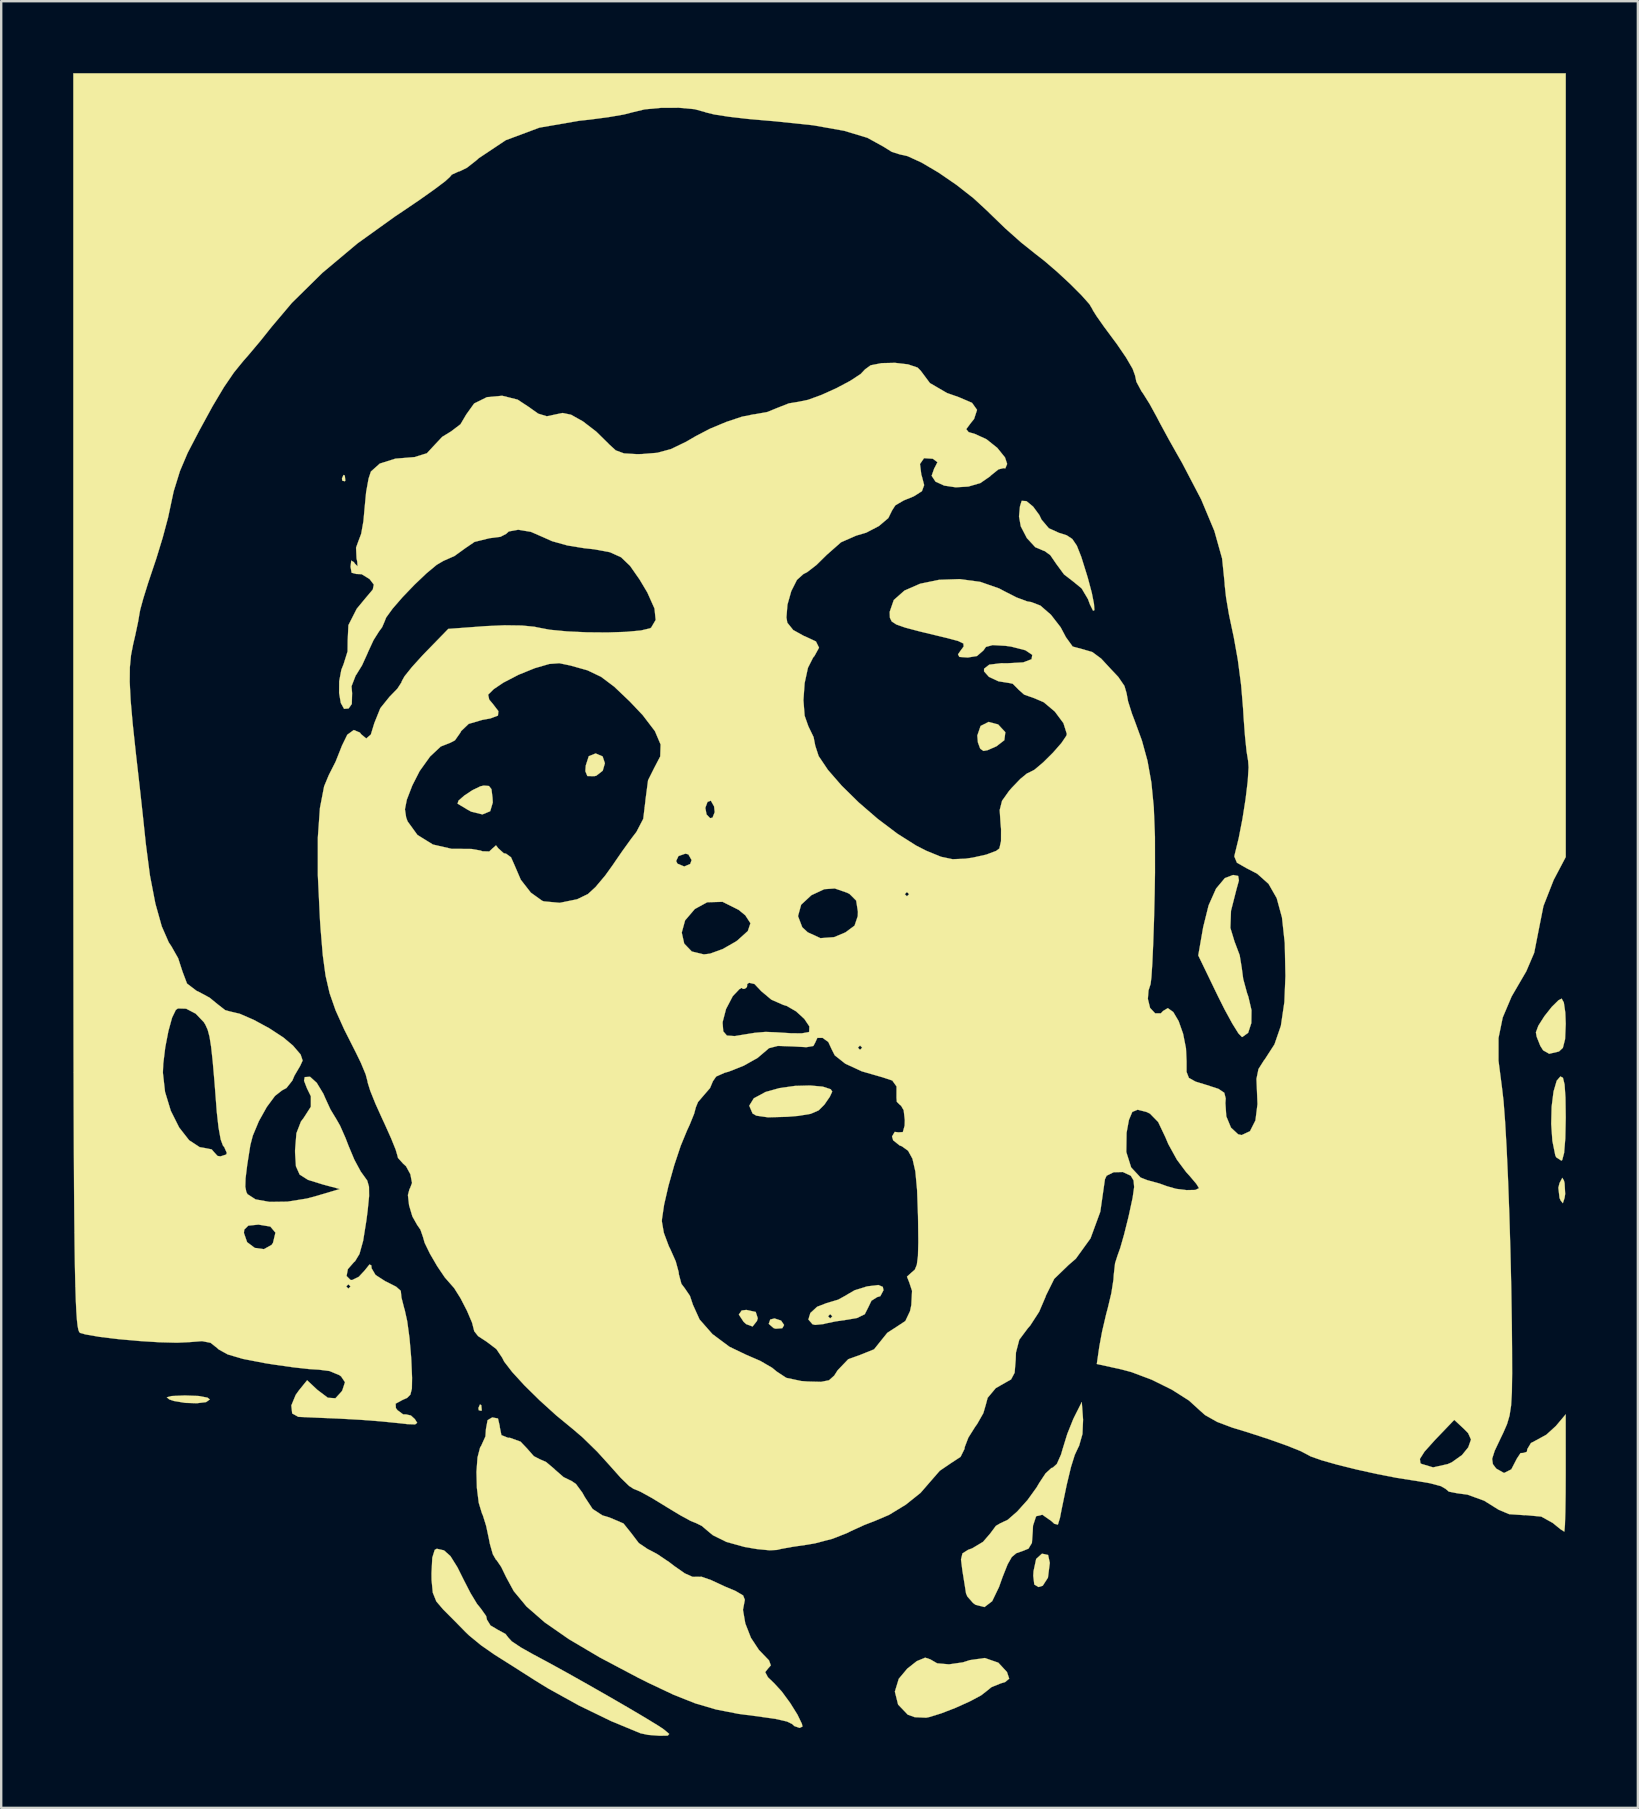
<source format=kicad_pcb>
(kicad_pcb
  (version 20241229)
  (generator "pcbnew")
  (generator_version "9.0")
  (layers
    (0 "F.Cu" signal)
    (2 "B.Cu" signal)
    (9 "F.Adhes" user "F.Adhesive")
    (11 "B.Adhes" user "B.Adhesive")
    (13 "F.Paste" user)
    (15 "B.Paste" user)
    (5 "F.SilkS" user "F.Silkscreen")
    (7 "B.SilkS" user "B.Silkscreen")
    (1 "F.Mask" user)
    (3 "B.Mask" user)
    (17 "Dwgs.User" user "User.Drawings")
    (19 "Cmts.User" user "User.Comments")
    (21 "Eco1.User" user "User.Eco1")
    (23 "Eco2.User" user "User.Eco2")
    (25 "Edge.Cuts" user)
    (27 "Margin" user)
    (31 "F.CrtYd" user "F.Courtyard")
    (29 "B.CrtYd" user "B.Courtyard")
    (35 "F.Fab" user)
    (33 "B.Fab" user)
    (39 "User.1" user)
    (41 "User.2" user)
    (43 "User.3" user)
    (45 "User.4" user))
  (footprint "dhruvnegative"
    (layer "F.Cu")
    (at 31.089 37.306)
    (property "Reference" "dhruvnegative" (at 0 0 0) (layer "F.SilkS") (effects (font (size 1.524 1.524) (thickness 0.3))))
    (attr through_hole)
    (fp_poly (pts (xy -19.775 -20.545) (xy -19.754 -20.334) (xy -19.775 -20.308) (xy -19.881 -20.333) (xy -19.894 -20.427) (xy -19.829 -20.573) (xy -19.775 -20.545)) (stroke (width 0.01) (type solid)) (fill yes) (layer "F.SilkS"))
    (fp_poly (pts (xy -14.091 18.177) (xy -14.07 18.387) (xy -14.091 18.414) (xy -14.197 18.389) (xy -14.21 18.295) (xy -14.145 18.149) (xy -14.091 18.177)) (stroke (width 0.01) (type solid)) (fill yes) (layer "F.SilkS"))
    (fp_poly (pts (xy -1.602 14.655) (xy -1.476 14.839) (xy -1.551 14.973) (xy -1.826 14.993) (xy -1.909 14.97) (xy -2.116 14.792) (xy -2.053 14.611) (xy -1.876 14.565) (xy -1.602 14.655)) (stroke (width 0.01) (type solid)) (fill yes) (layer "F.SilkS"))
    (fp_poly (pts (xy -2.658 14.295) (xy -2.573 14.557) (xy -2.607 14.671) (xy -2.789 14.902) (xy -3.057 14.802) (xy -3.162 14.707) (xy -3.362 14.404) (xy -3.244 14.235) (xy -3.049 14.21) (xy -2.658 14.295)) (stroke (width 0.01) (type solid)) (fill yes) (layer "F.SilkS"))
    (fp_poly (pts (xy 31.009 8.82) (xy 31.036 8.926) (xy 31.061 9.379) (xy 31.036 9.547) (xy 30.964 9.765) (xy 30.873 9.653) (xy 30.826 9.547) (xy 30.777 9.122) (xy 30.826 8.926) (xy 30.941 8.708) (xy 31.009 8.82)) (stroke (width 0.01) (type solid)) (fill yes) (layer "F.SilkS"))
    (fp_poly (pts (xy -9.036 -8.846) (xy -8.941 -8.562) (xy -9.032 -8.25) (xy -9.3 -8.042) (xy -9.383 -8.023) (xy -9.672 -8.029) (xy -9.755 -8.23) (xy -9.738 -8.467) (xy -9.613 -8.855) (xy -9.327 -8.97) (xy -9.325 -8.97) (xy -9.036 -8.846)) (stroke (width 0.01) (type solid)) (fill yes) (layer "F.SilkS"))
    (fp_poly (pts (xy -25.864 17.796) (xy -25.496 17.865) (xy -25.4 17.94) (xy -25.554 18.051) (xy -25.936 18.098) (xy -26.423 18.083) (xy -26.892 18.005) (xy -27.087 17.94) (xy -27.192 17.851) (xy -26.989 17.798) (xy -26.454 17.775) (xy -26.421 17.775) (xy -25.864 17.796)) (stroke (width 0.01) (type solid)) (fill yes) (layer "F.SilkS"))
    (fp_poly (pts (xy 7.44 -10.178) (xy 7.74 -9.854) (xy 7.698 -9.521) (xy 7.37 -9.268) (xy 7.004 -9.107) (xy 6.83 -9.074) (xy 6.716 -9.152) (xy 6.69 -9.177) (xy 6.597 -9.431) (xy 6.572 -9.716) (xy 6.709 -10.115) (xy 7.044 -10.284) (xy 7.44 -10.178)) (stroke (width 0.01) (type solid)) (fill yes) (layer "F.SilkS"))
    (fp_poly (pts (xy 9.521 24.42) (xy 9.592 24.747) (xy 9.592 24.751) (xy 9.515 25.364) (xy 9.298 25.701) (xy 9.118 25.755) (xy 8.946 25.649) (xy 8.903 25.286) (xy 8.915 25.091) (xy 9.024 24.584) (xy 9.255 24.373) (xy 9.281 24.367) (xy 9.521 24.42)) (stroke (width 0.01) (type solid)) (fill yes) (layer "F.SilkS"))
    (fp_poly (pts (xy -13.77 -7.614) (xy -13.666 -7.481) (xy -13.623 -7.132) (xy -13.611 -6.927) (xy -13.719 -6.564) (xy -14.042 -6.43) (xy -14.51 -6.545) (xy -14.654 -6.623) (xy -14.959 -6.807) (xy -15.079 -6.878) (xy -15.04 -7.005) (xy -14.795 -7.218) (xy -14.455 -7.442) (xy -14.129 -7.6) (xy -13.988 -7.632) (xy -13.77 -7.614)) (stroke (width 0.01) (type solid)) (fill yes) (layer "F.SilkS"))
    (fp_poly (pts (xy 30.968 4.54) (xy 31.036 4.82) (xy 31.073 5.367) (xy 31.084 6.202) (xy 31.066 7.067) (xy 31.017 7.667) (xy 30.938 7.966) (xy 30.901 7.993) (xy 30.687 7.852) (xy 30.649 7.771) (xy 30.528 7.169) (xy 30.479 6.463) (xy 30.497 5.747) (xy 30.576 5.115) (xy 30.709 4.661) (xy 30.862 4.485) (xy 30.968 4.54)) (stroke (width 0.01) (type solid)) (fill yes) (layer "F.SilkS"))
    (fp_poly (pts (xy 31.005 1.405) (xy 31.066 1.823) (xy 31.084 2.29) (xy 31.057 2.932) (xy 30.965 3.294) (xy 30.803 3.445) (xy 30.395 3.541) (xy 30.142 3.396) (xy 30.024 3.209) (xy 29.874 2.834) (xy 29.841 2.648) (xy 29.944 2.37) (xy 30.195 1.976) (xy 30.505 1.584) (xy 30.787 1.307) (xy 30.915 1.243) (xy 31.005 1.405)) (stroke (width 0.01) (type solid)) (fill yes) (layer "F.SilkS"))
    (fp_poly (pts (xy 0.136 4.91) (xy 0.466 5.018) (xy 0.529 5.115) (xy 0.428 5.332) (xy 0.201 5.661) (xy -0.037 5.898) (xy -0.368 6.042) (xy -0.892 6.129) (xy -1.349 6.166) (xy -2.147 6.188) (xy -2.632 6.119) (xy -2.789 6.029) (xy -2.928 5.705) (xy -2.74 5.397) (xy -2.25 5.132) (xy -1.67 4.97) (xy -1.025 4.879) (xy -0.392 4.862) (xy 0.136 4.91)) (stroke (width 0.01) (type solid)) (fill yes) (layer "F.SilkS"))
    (fp_poly (pts (xy 4.613 28.767) (xy 4.899 28.932) (xy 5.394 28.975) (xy 5.971 28.892) (xy 6.261 28.799) (xy 6.884 28.711) (xy 7.448 28.906) (xy 7.808 29.295) (xy 7.901 29.571) (xy 7.729 29.715) (xy 7.551 29.767) (xy 7.16 29.926) (xy 6.969 30.082) (xy 6.729 30.268) (xy 6.26 30.518) (xy 5.671 30.784) (xy 5.07 31.017) (xy 4.566 31.172) (xy 4.441 31.197) (xy 3.966 31.176) (xy 3.676 31.072) (xy 3.273 30.651) (xy 3.138 30.111) (xy 3.3 29.578) (xy 3.653 29.155) (xy 4.05 28.842) (xy 4.401 28.696) (xy 4.613 28.767)) (stroke (width 0.01) (type solid)) (fill yes) (layer "F.SilkS"))
    (fp_poly (pts (xy 17.439 -3.867) (xy 17.47 -3.679) (xy 17.373 -3.33) (xy 17.14 -2.415) (xy 17.114 -1.704) (xy 17.293 -1.115) (xy 17.301 -1.098) (xy 17.502 -0.565) (xy 17.585 -0.059) (xy 17.649 0.424) (xy 17.809 1.012) (xy 17.861 1.156) (xy 17.994 1.723) (xy 17.987 2.262) (xy 17.854 2.669) (xy 17.613 2.841) (xy 17.595 2.842) (xy 17.45 2.692) (xy 17.196 2.285) (xy 16.871 1.689) (xy 16.597 1.142) (xy 15.776 -0.557) (xy 15.981 -1.732) (xy 16.207 -2.641) (xy 16.518 -3.34) (xy 16.885 -3.778) (xy 17.229 -3.908) (xy 17.439 -3.867)) (stroke (width 0.01) (type solid)) (fill yes) (layer "F.SilkS"))
    (fp_poly (pts (xy 2.636 13.251) (xy 2.664 13.391) (xy 2.532 13.639) (xy 2.401 13.677) (xy 2.162 13.828) (xy 2.032 14.099) (xy 1.885 14.39) (xy 1.564 14.547) (xy 1.185 14.613) (xy 0.653 14.692) (xy 0.245 14.777) (xy 0.178 14.798) (xy -0.182 14.835) (xy -0.292 14.809) (xy -0.465 14.61) (xy -0.424 14.476) (xy 0.355 14.476) (xy 0.444 14.565) (xy 0.533 14.476) (xy 0.444 14.387) (xy 0.355 14.476) (xy -0.424 14.476) (xy -0.382 14.338) (xy -0.1 14.079) (xy 0.295 13.926) (xy 0.779 13.783) (xy 1.124 13.592) (xy 1.138 13.58) (xy 1.462 13.392) (xy 1.949 13.24) (xy 2.017 13.226) (xy 2.451 13.173) (xy 2.636 13.251)) (stroke (width 0.01) (type solid)) (fill yes) (layer "F.SilkS"))
    (fp_poly (pts (xy 8.619 -19.481) (xy 8.897 -19.253) (xy 9.156 -18.902) (xy 9.248 -18.709) (xy 9.552 -18.351) (xy 9.97 -18.161) (xy 10.295 -18.058) (xy 10.53 -17.903) (xy 10.718 -17.626) (xy 10.904 -17.157) (xy 11.132 -16.427) (xy 11.18 -16.267) (xy 11.342 -15.659) (xy 11.432 -15.202) (xy 11.45 -14.939) (xy 11.394 -14.916) (xy 11.265 -15.176) (xy 11.182 -15.4) (xy 10.917 -15.846) (xy 10.568 -16.131) (xy 10.186 -16.426) (xy 9.864 -16.863) (xy 9.862 -16.866) (xy 9.611 -17.232) (xy 9.373 -17.405) (xy 9.352 -17.407) (xy 8.988 -17.561) (xy 8.636 -17.942) (xy 8.383 -18.431) (xy 8.31 -18.842) (xy 8.349 -19.26) (xy 8.42 -19.492) (xy 8.421 -19.493) (xy 8.619 -19.481)) (stroke (width 0.01) (type solid)) (fill yes) (layer "F.SilkS"))
    (fp_poly (pts (xy -15.644 24.227) (xy -15.376 24.465) (xy -15.083 24.933) (xy -14.832 25.437) (xy -14.54 26.005) (xy -14.268 26.455) (xy -14.104 26.658) (xy -13.888 26.962) (xy -13.855 27.114) (xy -13.706 27.355) (xy -13.41 27.531) (xy -13.081 27.709) (xy -12.966 27.859) (xy -12.821 28.017) (xy -12.44 28.272) (xy -11.945 28.55) (xy -11.299 28.896) (xy -10.507 29.332) (xy -9.638 29.821) (xy -8.757 30.324) (xy -7.932 30.802) (xy -7.229 31.218) (xy -6.716 31.532) (xy -6.483 31.688) (xy -6.261 31.875) (xy -6.321 31.944) (xy -6.661 31.95) (xy -7.139 31.914) (xy -7.46 31.846) (xy -8.683 31.339) (xy -10.019 30.69) (xy -11.304 29.979) (xy -11.857 29.639) (xy -12.516 29.218) (xy -13.195 28.788) (xy -13.544 28.568) (xy -14.099 28.181) (xy -14.6 27.77) (xy -14.743 27.633) (xy -15.192 27.175) (xy -15.662 26.704) (xy -15.675 26.691) (xy -15.963 26.354) (xy -16.11 25.99) (xy -16.161 25.461) (xy -16.164 25.183) (xy -16.131 24.53) (xy -16.03 24.206) (xy -15.942 24.159) (xy -15.644 24.227)) (stroke (width 0.01) (type solid)) (fill yes) (layer "F.SilkS"))
    (fp_poly (pts (xy 10.978 18.785) (xy 10.952 19.382) (xy 10.811 19.876) (xy 10.782 19.929) (xy 10.632 20.251) (xy 10.474 20.756) (xy 10.296 21.498) (xy 10.083 22.525) (xy 10.015 22.876) (xy 9.929 23.155) (xy 9.779 23.119) (xy 9.662 23.01) (xy 9.282 22.742) (xy 9.022 22.806) (xy 8.893 23.196) (xy 8.881 23.443) (xy 8.847 23.917) (xy 8.704 24.155) (xy 8.45 24.258) (xy 8.199 24.344) (xy 8.01 24.502) (xy 7.836 24.807) (xy 7.627 25.332) (xy 7.476 25.755) (xy 7.191 26.345) (xy 6.87 26.589) (xy 6.499 26.495) (xy 6.394 26.418) (xy 6.158 26.149) (xy 6.103 26.021) (xy 6.06 25.747) (xy 5.984 25.273) (xy 5.953 25.086) (xy 5.893 24.606) (xy 5.954 24.353) (xy 6.187 24.205) (xy 6.353 24.145) (xy 6.81 23.872) (xy 7.109 23.526) (xy 7.346 23.207) (xy 7.545 23.091) (xy 7.836 22.956) (xy 8.237 22.606) (xy 8.666 22.128) (xy 9.042 21.606) (xy 9.153 21.417) (xy 9.418 21.016) (xy 9.66 20.796) (xy 9.714 20.782) (xy 9.886 20.626) (xy 10.061 20.233) (xy 10.12 20.027) (xy 10.32 19.378) (xy 10.571 18.753) (xy 10.616 18.66) (xy 10.924 18.049) (xy 10.978 18.785)) (stroke (width 0.01) (type solid)) (fill yes) (layer "F.SilkS"))
    (fp_poly (pts (xy -13.395 18.733) (xy -13.322 19.046) (xy -13.322 19.081) (xy -13.252 19.427) (xy -12.979 19.536) (xy -12.898 19.538) (xy -12.454 19.698) (xy -12.183 19.983) (xy -11.904 20.301) (xy -11.661 20.427) (xy -11.39 20.547) (xy -11.043 20.839) (xy -11.013 20.871) (xy -10.665 21.174) (xy -10.381 21.314) (xy -10.364 21.315) (xy -10.148 21.46) (xy -9.879 21.825) (xy -9.779 22.006) (xy -9.452 22.504) (xy -9.042 22.77) (xy -8.754 22.856) (xy -8.167 23.106) (xy -7.845 23.507) (xy -7.53 23.922) (xy -7.17 24.166) (xy -6.766 24.378) (xy -6.258 24.72) (xy -6.043 24.885) (xy -5.615 25.184) (xy -5.284 25.332) (xy -5.18 25.329) (xy -4.913 25.326) (xy -4.512 25.467) (xy -4.501 25.473) (xy -3.951 25.729) (xy -3.498 25.919) (xy -3.183 26.105) (xy -3.11 26.29) (xy -3.113 26.295) (xy -3.19 26.705) (xy -3.092 27.271) (xy -2.858 27.869) (xy -2.526 28.373) (xy -2.431 28.471) (xy -2.104 28.812) (xy -2.029 29.018) (xy -2.143 29.147) (xy -2.263 29.299) (xy -2.149 29.513) (xy -1.883 29.769) (xy -1.569 30.112) (xy -1.223 30.584) (xy -0.92 31.069) (xy -0.735 31.452) (xy -0.71 31.566) (xy -0.829 31.623) (xy -1.048 31.547) (xy -1.142 31.46) (xy -1.358 31.356) (xy -1.817 31.251) (xy -2.262 31.186) (xy -3.381 31.037) (xy -4.315 30.854) (xy -5.177 30.6) (xy -6.079 30.242) (xy -7.133 29.744) (xy -7.549 29.536) (xy -9.149 28.69) (xy -10.439 27.928) (xy -11.448 27.227) (xy -12.205 26.567) (xy -12.739 25.923) (xy -13.049 25.353) (xy -13.261 24.916) (xy -13.449 24.639) (xy -13.481 24.612) (xy -13.61 24.387) (xy -13.735 23.945) (xy -13.771 23.756) (xy -13.888 23.206) (xy -14.025 22.766) (xy -14.062 22.687) (xy -14.196 22.246) (xy -14.273 21.629) (xy -14.291 20.958) (xy -14.247 20.355) (xy -14.14 19.943) (xy -14.097 19.877) (xy -13.917 19.479) (xy -13.896 19.173) (xy -13.827 18.801) (xy -13.633 18.689) (xy -13.395 18.733)) (stroke (width 0.01) (type solid)) (fill yes) (layer "F.SilkS"))
    (fp_poly (pts (xy 31.084 -4.654) (xy 30.58 -3.697) (xy 30.156 -2.616) (xy 29.961 -1.637) (xy 29.77 -0.665) (xy 29.438 0.112) (xy 29.424 0.134) (xy 28.831 1.152) (xy 28.459 2.03) (xy 28.284 2.882) (xy 28.283 3.826) (xy 28.431 4.973) (xy 28.494 5.519) (xy 28.558 6.366) (xy 28.621 7.463) (xy 28.68 8.757) (xy 28.733 10.194) (xy 28.779 11.721) (xy 28.815 13.286) (xy 28.839 14.835) (xy 28.848 15.808) (xy 28.851 16.863) (xy 28.841 17.635) (xy 28.808 18.195) (xy 28.743 18.616) (xy 28.639 18.968) (xy 28.484 19.324) (xy 28.383 19.533) (xy 28.124 20.08) (xy 28.018 20.414) (xy 28.049 20.634) (xy 28.188 20.82) (xy 28.514 21.004) (xy 28.817 20.853) (xy 29.047 20.408) (xy 29.201 20.175) (xy 29.32 20.168) (xy 29.464 20.123) (xy 29.485 20.005) (xy 29.635 19.755) (xy 29.885 19.624) (xy 30.277 19.408) (xy 30.672 19.048) (xy 30.683 19.035) (xy 31.082 18.562) (xy 31.083 21.004) (xy 31.079 21.889) (xy 31.068 22.631) (xy 31.051 23.166) (xy 31.029 23.43) (xy 31.022 23.446) (xy 30.86 23.343) (xy 30.554 23.093) (xy 30.544 23.085) (xy 30.066 22.82) (xy 29.419 22.76) (xy 29.368 22.762) (xy 28.728 22.719) (xy 28.292 22.536) (xy 27.686 22.158) (xy 26.993 21.906) (xy 26.561 21.848) (xy 26.212 21.779) (xy 26.079 21.664) (xy 25.885 21.552) (xy 25.433 21.431) (xy 24.817 21.326) (xy 24.776 21.321) (xy 24.054 21.208) (xy 23.221 21.046) (xy 22.362 20.856) (xy 21.559 20.656) (xy 20.896 20.468) (xy 20.753 20.417) (xy 25.009 20.417) (xy 25.031 20.592) (xy 25.071 20.624) (xy 25.559 20.77) (xy 26.168 20.633) (xy 26.335 20.56) (xy 26.764 20.255) (xy 27.023 19.936) (xy 27.138 19.611) (xy 27.018 19.343) (xy 26.84 19.162) (xy 26.441 18.791) (xy 25.635 19.631) (xy 25.201 20.114) (xy 25.009 20.417) (xy 20.753 20.417) (xy 20.453 20.311) (xy 20.336 20.246) (xy 20.044 20.093) (xy 19.485 19.869) (xy 18.729 19.6) (xy 17.85 19.313) (xy 17.193 19.113) (xy 16.564 18.876) (xy 16.058 18.59) (xy 15.86 18.414) (xy 15.389 17.985) (xy 14.681 17.535) (xy 13.845 17.121) (xy 12.992 16.8) (xy 12.569 16.687) (xy 11.55 16.463) (xy 11.655 15.736) (xy 11.772 15.105) (xy 11.941 14.383) (xy 12.008 14.133) (xy 12.156 13.512) (xy 12.244 12.947) (xy 12.256 12.754) (xy 12.311 12.265) (xy 12.414 11.943) (xy 12.527 11.628) (xy 12.685 11.075) (xy 12.856 10.392) (xy 12.889 10.251) (xy 13.042 9.541) (xy 13.106 9.091) (xy 13.082 8.817) (xy 12.976 8.637) (xy 12.952 8.613) (xy 12.634 8.466) (xy 12.251 8.476) (xy 11.958 8.621) (xy 11.889 8.769) (xy 11.696 10.119) (xy 11.288 11.231) (xy 10.676 12.078) (xy 10.373 12.34) (xy 9.776 12.917) (xy 9.429 13.617) (xy 9.415 13.665) (xy 9.148 14.288) (xy 8.777 14.861) (xy 8.674 14.979) (xy 8.32 15.453) (xy 8.182 15.985) (xy 8.171 16.284) (xy 8.127 16.828) (xy 7.978 17.108) (xy 7.86 17.173) (xy 7.341 17.468) (xy 7.003 17.872) (xy 6.927 18.157) (xy 6.824 18.51) (xy 6.566 18.964) (xy 6.483 19.079) (xy 6.199 19.531) (xy 6.047 19.927) (xy 6.039 20) (xy 5.875 20.331) (xy 5.49 20.583) (xy 5.007 20.912) (xy 4.614 21.364) (xy 4.613 21.365) (xy 4.207 21.833) (xy 3.592 22.324) (xy 2.893 22.75) (xy 2.305 23) (xy 1.867 23.169) (xy 1.315 23.421) (xy 1.155 23.502) (xy 0.546 23.742) (xy -0.19 23.935) (xy -0.533 23.993) (xy -1.127 24.08) (xy -1.6 24.166) (xy -1.776 24.209) (xy -2.085 24.224) (xy -2.613 24.172) (xy -3.116 24.087) (xy -3.877 23.876) (xy -4.442 23.597) (xy -4.581 23.483) (xy -4.908 23.207) (xy -5.143 23.091) (xy -5.144 23.091) (xy -5.368 23.001) (xy -5.8 22.765) (xy -6.354 22.431) (xy -6.432 22.382) (xy -6.997 22.038) (xy -7.456 21.785) (xy -7.719 21.673) (xy -7.734 21.672) (xy -7.933 21.543) (xy -8.279 21.208) (xy -8.698 20.738) (xy -8.711 20.722) (xy -9.26 20.117) (xy -9.866 19.525) (xy -10.284 19.167) (xy -10.971 18.602) (xy -11.66 17.977) (xy -12.292 17.355) (xy -12.804 16.796) (xy -13.137 16.364) (xy -13.222 16.197) (xy -13.464 15.84) (xy -13.867 15.535) (xy -14.224 15.301) (xy -14.386 15.095) (xy -14.387 15.084) (xy -14.473 14.746) (xy -14.686 14.246) (xy -14.958 13.719) (xy -15.221 13.301) (xy -15.347 13.158) (xy -15.608 12.86) (xy -15.925 12.392) (xy -16.228 11.872) (xy -16.449 11.419) (xy -16.519 11.173) (xy -16.626 10.865) (xy -16.761 10.671) (xy -16.843 10.525) (xy -6.568 10.525) (xy -6.486 10.999) (xy -6.278 11.556) (xy -6.217 11.677) (xy -5.99 12.188) (xy -5.868 12.635) (xy -5.862 12.72) (xy -5.754 13.124) (xy -5.617 13.304) (xy -5.399 13.624) (xy -5.273 13.999) (xy -4.998 14.607) (xy -4.462 15.217) (xy -3.752 15.746) (xy -3.06 16.078) (xy -2.468 16.334) (xy -1.973 16.622) (xy -1.784 16.778) (xy -1.385 17.04) (xy -0.761 17.173) (xy -0.497 17.193) (xy 0.065 17.207) (xy 0.394 17.141) (xy 0.611 16.948) (xy 0.755 16.724) (xy 1.196 16.264) (xy 1.694 16.085) (xy 2.272 15.852) (xy 2.518 15.544) (xy 2.823 15.165) (xy 3.207 14.916) (xy 3.574 14.674) (xy 3.77 14.261) (xy 3.823 14.01) (xy 3.854 13.417) (xy 3.737 13.063) (xy 3.642 12.825) (xy 3.839 12.646) (xy 3.969 12.534) (xy 4.053 12.328) (xy 4.1 11.966) (xy 4.115 11.387) (xy 4.106 10.529) (xy 4.102 10.299) (xy 4.064 9.218) (xy 3.992 8.44) (xy 3.871 7.912) (xy 3.718 7.633) (xy 12.778 7.633) (xy 12.982 8.276) (xy 13.374 8.696) (xy 13.656 8.807) (xy 14.159 8.944) (xy 14.476 9.059) (xy 14.853 9.166) (xy 15.291 9.22) (xy 15.655 9.213) (xy 15.808 9.139) (xy 15.808 9.138) (xy 15.697 8.96) (xy 15.418 8.629) (xy 15.274 8.472) (xy 14.887 7.953) (xy 14.527 7.3) (xy 14.407 7.016) (xy 14.106 6.383) (xy 13.766 6.035) (xy 13.613 5.962) (xy 13.251 5.871) (xy 13.028 5.963) (xy 12.888 6.297) (xy 12.79 6.833) (xy 12.778 7.633) (xy 3.718 7.633) (xy 3.689 7.58) (xy 3.43 7.394) (xy 3.331 7.357) (xy 3.067 7.145) (xy 3.02 6.985) (xy 3.133 6.794) (xy 3.286 6.814) (xy 3.47 6.802) (xy 3.545 6.534) (xy 3.552 6.3) (xy 3.505 5.891) (xy 3.387 5.689) (xy 3.364 5.684) (xy 3.219 5.54) (xy 3.206 5.373) (xy 3.208 4.902) (xy 3.031 4.655) (xy 2.627 4.521) (xy 1.759 4.271) (xy 1.074 3.954) (xy 0.634 3.606) (xy 0.502 3.345) (xy 0.475 3.286) (xy 1.599 3.286) (xy 1.687 3.375) (xy 1.776 3.286) (xy 1.687 3.197) (xy 1.599 3.286) (xy 0.475 3.286) (xy 0.365 3.05) (xy 0.129 2.879) (xy -0.091 2.878) (xy -0.178 3.069) (xy -0.257 3.216) (xy -0.543 3.266) (xy -1.094 3.235) (xy -1.736 3.213) (xy -2.107 3.308) (xy -2.205 3.394) (xy -2.582 3.714) (xy -3.157 4.037) (xy -3.783 4.285) (xy -3.952 4.331) (xy -4.306 4.489) (xy -4.441 4.683) (xy -4.562 4.97) (xy -4.796 5.24) (xy -5.062 5.551) (xy -5.151 5.767) (xy -5.224 6.039) (xy -5.408 6.494) (xy -5.52 6.736) (xy -5.784 7.377) (xy -6.053 8.184) (xy -6.294 9.041) (xy -6.475 9.828) (xy -6.564 10.43) (xy -6.568 10.525) (xy -16.843 10.525) (xy -16.961 10.316) (xy -17.098 9.854) (xy -17.147 9.425) (xy -17.078 9.166) (xy -17.063 9.154) (xy -16.975 8.923) (xy -17.044 8.559) (xy -17.226 8.225) (xy -17.347 8.117) (xy -17.56 7.879) (xy -17.585 7.777) (xy -17.657 7.533) (xy -17.848 7.06) (xy -18.122 6.449) (xy -18.206 6.27) (xy -18.497 5.626) (xy -18.715 5.084) (xy -18.823 4.739) (xy -18.828 4.694) (xy -18.906 4.399) (xy -19.107 3.915) (xy -19.308 3.502) (xy -19.801 2.526) (xy -19.934 2.231) (xy -4.04 2.231) (xy -4.01 2.606) (xy -3.858 2.782) (xy -3.533 2.804) (xy -3.238 2.755) (xy -2.701 2.668) (xy -2.26 2.63) (xy -2.22 2.63) (xy -1.803 2.647) (xy -1.26 2.681) (xy -1.204 2.685) (xy -0.745 2.69) (xy -0.456 2.639) (xy -0.432 2.623) (xy -0.424 2.4) (xy -0.634 2.087) (xy -0.978 1.773) (xy -1.367 1.548) (xy -1.51 1.505) (xy -2.007 1.286) (xy -2.428 0.933) (xy -2.71 0.634) (xy -2.929 0.584) (xy -3.239 0.752) (xy -3.256 0.763) (xy -3.614 1.14) (xy -3.895 1.677) (xy -4.04 2.231) (xy -19.934 2.231) (xy -20.159 1.732) (xy -20.408 1.019) (xy -20.577 0.286) (xy -20.693 -0.568) (xy -20.771 -1.508) (xy -5.74 -1.508) (xy -5.637 -1.049) (xy -5.321 -0.72) (xy -4.818 -0.599) (xy -4.562 -0.63) (xy -4.036 -0.821) (xy -3.488 -1.133) (xy -3.419 -1.183) (xy -2.987 -1.573) (xy -2.878 -1.897) (xy -3.07 -2.194) (xy -0.897 -2.194) (xy -0.721 -1.733) (xy -0.493 -1.52) (xy 0.039 -1.276) (xy 0.604 -1.317) (xy 1.075 -1.514) (xy 1.458 -1.796) (xy 1.592 -2.192) (xy 1.599 -2.374) (xy 1.526 -2.841) (xy 1.26 -3.108) (xy 3.552 -3.108) (xy 3.641 -3.02) (xy 3.73 -3.108) (xy 3.641 -3.197) (xy 3.552 -3.108) (xy 1.26 -3.108) (xy 1.255 -3.114) (xy 1.146 -3.169) (xy 0.635 -3.346) (xy 0.199 -3.316) (xy -0.333 -3.068) (xy -0.34 -3.064) (xy -0.766 -2.669) (xy -0.897 -2.194) (xy -3.07 -2.194) (xy -3.091 -2.226) (xy -3.368 -2.453) (xy -4.039 -2.789) (xy -4.68 -2.771) (xy -5.194 -2.491) (xy -5.601 -2.015) (xy -5.74 -1.508) (xy -20.771 -1.508) (xy -20.783 -1.644) (xy -20.81 -2.043) (xy -20.899 -3.906) (xy -20.899 -5.46) (xy -20.815 -6.645) (xy -17.271 -6.645) (xy -17.22 -6.305) (xy -17.16 -6.141) (xy -16.751 -5.576) (xy -16.105 -5.176) (xy -15.322 -4.996) (xy -15.019 -4.995) (xy -14.498 -4.991) (xy -14.111 -4.923) (xy -14.049 -4.895) (xy -13.758 -4.887) (xy -13.644 -4.995) (xy -13.478 -5.142) (xy -13.382 -5.018) (xy -13.152 -4.811) (xy -13.06 -4.796) (xy -12.851 -4.644) (xy -12.708 -4.321) (xy -12.445 -3.71) (xy -12.026 -3.172) (xy -11.556 -2.835) (xy -11.487 -2.809) (xy -10.824 -2.747) (xy -10.097 -2.896) (xy -9.65 -3.112) (xy -9.335 -3.401) (xy -8.934 -3.877) (xy -8.624 -4.308) (xy -8.501 -4.488) (xy -5.974 -4.488) (xy -5.916 -4.377) (xy -5.634 -4.261) (xy -5.387 -4.367) (xy -5.329 -4.529) (xy -5.465 -4.765) (xy -5.585 -4.796) (xy -5.875 -4.697) (xy -5.974 -4.488) (xy -8.501 -4.488) (xy -8.224 -4.891) (xy -7.84 -5.423) (xy -7.627 -5.702) (xy -7.343 -6.247) (xy -7.288 -6.705) (xy -4.758 -6.705) (xy -4.706 -6.429) (xy -4.558 -6.275) (xy -4.458 -6.295) (xy -4.367 -6.524) (xy -4.392 -6.762) (xy -4.528 -7.003) (xy -4.666 -6.951) (xy -4.758 -6.705) (xy -7.288 -6.705) (xy -7.253 -6.992) (xy -7.253 -7.017) (xy -7.143 -7.853) (xy -6.888 -8.364) (xy -6.636 -8.846) (xy -6.62 -9.342) (xy -6.857 -9.899) (xy -7.364 -10.564) (xy -7.906 -11.136) (xy -8.554 -11.752) (xy -9.1 -12.162) (xy -9.667 -12.433) (xy -10.379 -12.633) (xy -10.841 -12.729) (xy -11.257 -12.698) (xy -11.86 -12.523) (xy -12.536 -12.249) (xy -13.17 -11.92) (xy -13.574 -11.647) (xy -13.805 -11.418) (xy -13.76 -11.214) (xy -13.618 -11.046) (xy -13.378 -10.733) (xy -13.396 -10.547) (xy -13.71 -10.429) (xy -14.047 -10.368) (xy -14.615 -10.202) (xy -14.929 -9.902) (xy -14.964 -9.833) (xy -15.187 -9.517) (xy -15.383 -9.414) (xy -15.778 -9.259) (xy -16.224 -8.842) (xy -16.658 -8.236) (xy -16.965 -7.634) (xy -17.192 -7.045) (xy -17.271 -6.645) (xy -20.815 -6.645) (xy -20.812 -6.695) (xy -20.637 -7.601) (xy -20.441 -8.072) (xy -20.158 -8.629) (xy -19.914 -9.243) (xy -19.901 -9.281) (xy -19.672 -9.75) (xy -19.402 -9.947) (xy -19.145 -9.839) (xy -19.094 -9.769) (xy -18.882 -9.594) (xy -18.692 -9.756) (xy -18.546 -10.233) (xy -18.295 -10.857) (xy -17.916 -11.328) (xy -17.586 -11.668) (xy -17.412 -11.936) (xy -17.405 -11.974) (xy -17.287 -12.185) (xy -16.978 -12.57) (xy -16.539 -13.054) (xy -16.434 -13.163) (xy -15.466 -14.158) (xy -13.905 -14.274) (xy -13.119 -14.309) (xy -12.399 -14.299) (xy -11.87 -14.247) (xy -11.765 -14.223) (xy -11.238 -14.123) (xy -10.517 -14.054) (xy -9.69 -14.016) (xy -8.844 -14.009) (xy -8.065 -14.035) (xy -7.443 -14.092) (xy -7.063 -14.182) (xy -7.015 -14.211) (xy -6.826 -14.532) (xy -6.875 -15.008) (xy -7.172 -15.673) (xy -7.495 -16.214) (xy -7.892 -16.783) (xy -8.267 -17.142) (xy -8.73 -17.352) (xy -9.387 -17.475) (xy -9.805 -17.52) (xy -10.502 -17.634) (xy -11.14 -17.812) (xy -11.478 -17.963) (xy -12.023 -18.201) (xy -12.551 -18.289) (xy -12.945 -18.217) (xy -13.055 -18.117) (xy -13.293 -17.994) (xy -13.717 -17.94) (xy -13.734 -17.94) (xy -14.373 -17.782) (xy -14.75 -17.525) (xy -15.207 -17.195) (xy -15.665 -16.993) (xy -15.951 -16.825) (xy -16.377 -16.47) (xy -16.872 -15.999) (xy -17.364 -15.487) (xy -17.781 -15.007) (xy -18.053 -14.633) (xy -18.117 -14.471) (xy -18.22 -14.23) (xy -18.355 -14.046) (xy -18.578 -13.692) (xy -18.806 -13.2) (xy -18.828 -13.144) (xy -19.057 -12.641) (xy -19.301 -12.245) (xy -19.322 -12.219) (xy -19.496 -11.769) (xy -19.472 -11.484) (xy -19.484 -11.031) (xy -19.616 -10.844) (xy -19.806 -10.828) (xy -19.942 -11.073) (xy -20.013 -11.487) (xy -20.009 -11.979) (xy -19.919 -12.458) (xy -19.828 -12.685) (xy -19.66 -13.221) (xy -19.655 -13.685) (xy -19.625 -14.315) (xy -19.279 -14.996) (xy -18.884 -15.474) (xy -18.61 -15.798) (xy -18.567 -16.004) (xy -18.733 -16.221) (xy -18.751 -16.239) (xy -19.076 -16.438) (xy -19.295 -16.446) (xy -19.492 -16.498) (xy -19.536 -16.746) (xy -19.507 -17.004) (xy -19.399 -16.94) (xy -19.353 -16.874) (xy -19.244 -16.765) (xy -19.257 -16.961) (xy -19.286 -17.098) (xy -19.307 -17.543) (xy -19.205 -17.825) (xy -19.094 -18.117) (xy -19 -18.643) (xy -18.95 -19.199) (xy -18.887 -19.86) (xy -18.785 -20.422) (xy -18.688 -20.714) (xy -18.32 -21.044) (xy -17.669 -21.25) (xy -16.872 -21.315) (xy -16.356 -21.475) (xy -16.086 -21.767) (xy -15.718 -22.159) (xy -15.346 -22.387) (xy -14.956 -22.684) (xy -14.716 -23.091) (xy -14.388 -23.548) (xy -13.855 -23.812) (xy -13.218 -23.87) (xy -12.576 -23.709) (xy -12.119 -23.408) (xy -11.721 -23.126) (xy -11.37 -23.018) (xy -11.323 -23.023) (xy -10.86 -23.121) (xy -10.702 -23.153) (xy -10.351 -23.08) (xy -9.855 -22.802) (xy -9.305 -22.38) (xy -8.79 -21.874) (xy -8.774 -21.855) (xy -8.489 -21.595) (xy -8.146 -21.469) (xy -7.614 -21.438) (xy -7.411 -21.441) (xy -6.759 -21.494) (xy -6.189 -21.649) (xy -5.557 -21.954) (xy -5.151 -22.191) (xy -4.561 -22.498) (xy -3.877 -22.783) (xy -3.228 -22.999) (xy -2.746 -23.096) (xy -2.711 -23.097) (xy -2.173 -23.194) (xy -1.776 -23.357) (xy -1.278 -23.553) (xy -0.885 -23.617) (xy -0.481 -23.7) (xy 0.081 -23.905) (xy 0.701 -24.185) (xy 1.277 -24.491) (xy 1.71 -24.774) (xy 1.894 -24.968) (xy 2.128 -25.139) (xy 2.586 -25.229) (xy 3.146 -25.241) (xy 3.686 -25.178) (xy 4.086 -25.043) (xy 4.215 -24.912) (xy 4.599 -24.398) (xy 5.311 -23.984) (xy 5.798 -23.813) (xy 6.352 -23.576) (xy 6.562 -23.282) (xy 6.439 -22.906) (xy 6.286 -22.714) (xy 6.112 -22.479) (xy 6.21 -22.356) (xy 6.478 -22.277) (xy 6.952 -22.06) (xy 7.404 -21.7) (xy 7.726 -21.301) (xy 7.815 -21.03) (xy 7.739 -20.844) (xy 7.664 -20.855) (xy 7.453 -20.803) (xy 7.141 -20.552) (xy 7.1 -20.51) (xy 6.702 -20.235) (xy 6.201 -20.088) (xy 5.673 -20.056) (xy 5.192 -20.128) (xy 4.832 -20.292) (xy 4.67 -20.537) (xy 4.78 -20.851) (xy 4.794 -20.869) (xy 4.912 -21.102) (xy 4.72 -21.245) (xy 4.715 -21.247) (xy 4.353 -21.27) (xy 4.184 -21.028) (xy 4.241 -20.577) (xy 4.263 -20.515) (xy 4.358 -20.148) (xy 4.265 -19.895) (xy 3.926 -19.68) (xy 3.508 -19.51) (xy 3.158 -19.306) (xy 3.02 -19.09) (xy 2.865 -18.774) (xy 2.472 -18.442) (xy 1.945 -18.167) (xy 1.527 -18.044) (xy 0.896 -17.767) (xy 0.298 -17.241) (xy -0.127 -16.822) (xy -0.517 -16.521) (xy -0.673 -16.442) (xy -0.941 -16.2) (xy -1.177 -15.732) (xy -1.337 -15.168) (xy -1.379 -14.635) (xy -1.342 -14.417) (xy -1.097 -14.112) (xy -0.652 -13.865) (xy -0.613 -13.852) (xy -0.149 -13.635) (xy -0.021 -13.376) (xy -0.212 -13.028) (xy -0.266 -12.967) (xy -0.483 -12.537) (xy -0.621 -11.899) (xy -0.671 -11.189) (xy -0.621 -10.543) (xy -0.467 -10.104) (xy -0.248 -9.651) (xy -0.178 -9.292) (xy -0.037 -8.86) (xy 0.348 -8.287) (xy 0.923 -7.626) (xy 1.633 -6.928) (xy 2.424 -6.245) (xy 3.242 -5.628) (xy 4.031 -5.129) (xy 4.444 -4.918) (xy 5.06 -4.666) (xy 5.544 -4.564) (xy 6.075 -4.586) (xy 6.38 -4.63) (xy 6.943 -4.755) (xy 7.358 -4.911) (xy 7.491 -5.012) (xy 7.56 -5.316) (xy 7.562 -5.818) (xy 7.54 -6.066) (xy 7.505 -6.612) (xy 7.603 -6.998) (xy 7.89 -7.402) (xy 8.002 -7.532) (xy 8.362 -7.907) (xy 8.642 -8.137) (xy 8.722 -8.171) (xy 8.957 -8.294) (xy 9.322 -8.603) (xy 9.725 -9.003) (xy 10.075 -9.402) (xy 10.281 -9.706) (xy 10.302 -9.782) (xy 10.159 -10.234) (xy 9.802 -10.714) (xy 9.34 -11.103) (xy 8.948 -11.271) (xy 8.525 -11.42) (xy 8.285 -11.632) (xy 8.282 -11.639) (xy 8.05 -11.872) (xy 7.921 -11.901) (xy 7.451 -11.976) (xy 7.058 -12.159) (xy 6.853 -12.389) (xy 6.854 -12.499) (xy 7.069 -12.668) (xy 7.569 -12.729) (xy 7.812 -12.726) (xy 8.484 -12.763) (xy 8.832 -12.895) (xy 8.862 -13.077) (xy 8.577 -13.268) (xy 7.982 -13.421) (xy 7.745 -13.453) (xy 7.213 -13.484) (xy 6.932 -13.408) (xy 6.823 -13.256) (xy 6.558 -13.028) (xy 6.176 -12.966) (xy 5.824 -12.991) (xy 5.768 -13.098) (xy 5.865 -13.237) (xy 6.004 -13.426) (xy 5.992 -13.55) (xy 5.771 -13.656) (xy 5.281 -13.785) (xy 5.062 -13.838) (xy 4.171 -14.053) (xy 3.569 -14.212) (xy 3.199 -14.342) (xy 3.006 -14.469) (xy 2.932 -14.621) (xy 2.923 -14.825) (xy 2.924 -14.873) (xy 3.093 -15.362) (xy 3.538 -15.755) (xy 4.19 -16.04) (xy 4.98 -16.203) (xy 5.839 -16.233) (xy 6.698 -16.117) (xy 7.487 -15.841) (xy 7.677 -15.739) (xy 8.203 -15.47) (xy 8.656 -15.302) (xy 8.819 -15.276) (xy 9.201 -15.129) (xy 9.639 -14.748) (xy 10.044 -14.226) (xy 10.265 -13.81) (xy 10.545 -13.423) (xy 10.92 -13.322) (xy 11.364 -13.194) (xy 11.731 -12.922) (xy 12.132 -12.489) (xy 12.442 -12.161) (xy 12.701 -11.784) (xy 12.789 -11.483) (xy 12.853 -11.139) (xy 13.017 -10.621) (xy 13.126 -10.335) (xy 13.431 -9.501) (xy 13.661 -8.664) (xy 13.823 -7.76) (xy 13.924 -6.725) (xy 13.972 -5.497) (xy 13.974 -4.01) (xy 13.96 -3.138) (xy 13.933 -2.027) (xy 13.899 -1.039) (xy 13.863 -0.229) (xy 13.825 0.35) (xy 13.79 0.642) (xy 13.781 0.666) (xy 13.704 0.903) (xy 13.677 1.254) (xy 13.769 1.63) (xy 13.981 1.856) (xy 14.218 1.856) (xy 14.309 1.759) (xy 14.509 1.639) (xy 14.736 1.802) (xy 14.959 2.18) (xy 15.145 2.707) (xy 15.265 3.314) (xy 15.289 3.851) (xy 15.289 4.296) (xy 15.386 4.545) (xy 15.665 4.701) (xy 16.113 4.838) (xy 16.618 5.002) (xy 16.86 5.164) (xy 16.92 5.402) (xy 16.907 5.594) (xy 16.944 6.146) (xy 17.14 6.618) (xy 17.438 6.895) (xy 17.585 6.927) (xy 17.931 6.766) (xy 18.158 6.317) (xy 18.244 5.635) (xy 18.226 5.192) (xy 18.201 4.585) (xy 18.285 4.176) (xy 18.513 3.816) (xy 18.548 3.774) (xy 18.951 3.149) (xy 19.218 2.376) (xy 19.364 1.386) (xy 19.408 0.298) (xy 19.38 -1.071) (xy 19.264 -2.137) (xy 19.044 -2.944) (xy 18.704 -3.538) (xy 18.228 -3.962) (xy 17.797 -4.185) (xy 17.386 -4.42) (xy 17.279 -4.677) (xy 17.292 -4.748) (xy 17.461 -5.44) (xy 17.618 -6.247) (xy 17.748 -7.073) (xy 17.838 -7.821) (xy 17.873 -8.394) (xy 17.854 -8.659) (xy 17.79 -9.051) (xy 17.724 -9.688) (xy 17.666 -10.46) (xy 17.644 -10.835) (xy 17.563 -11.811) (xy 17.424 -12.874) (xy 17.254 -13.824) (xy 17.217 -13.995) (xy 17.055 -14.76) (xy 16.935 -15.47) (xy 16.877 -15.995) (xy 16.874 -16.079) (xy 16.77 -17.091) (xy 16.448 -18.238) (xy 15.897 -19.554) (xy 15.103 -21.073) (xy 14.915 -21.403) (xy 14.548 -22.054) (xy 14.19 -22.714) (xy 14.039 -23.002) (xy 13.752 -23.527) (xy 13.477 -23.966) (xy 13.411 -24.057) (xy 13.199 -24.453) (xy 13.144 -24.714) (xy 13.042 -24.995) (xy 12.769 -25.464) (xy 12.38 -26.033) (xy 12.256 -26.199) (xy 11.848 -26.75) (xy 11.538 -27.19) (xy 11.379 -27.444) (xy 11.368 -27.475) (xy 11.243 -27.685) (xy 10.912 -28.057) (xy 10.444 -28.526) (xy 9.906 -29.025) (xy 9.365 -29.49) (xy 8.97 -29.798) (xy 8.405 -30.249) (xy 7.735 -30.844) (xy 7.093 -31.465) (xy 7.016 -31.543) (xy 6.415 -32.098) (xy 5.701 -32.657) (xy 4.953 -33.17) (xy 4.249 -33.585) (xy 3.666 -33.852) (xy 3.337 -33.926) (xy 3.01 -34.03) (xy 2.644 -34.258) (xy 1.993 -34.616) (xy 1.026 -34.908) (xy -0.268 -35.138) (xy -1.9 -35.309) (xy -2.071 -35.322) (xy -2.975 -35.401) (xy -3.775 -35.493) (xy -4.391 -35.589) (xy -4.743 -35.676) (xy -4.768 -35.687) (xy -5.204 -35.808) (xy -5.856 -35.867) (xy -6.593 -35.865) (xy -7.281 -35.801) (xy -7.759 -35.687) (xy -8.152 -35.586) (xy -8.792 -35.476) (xy -9.572 -35.373) (xy -10.005 -35.327) (xy -11.67 -35.039) (xy -13.069 -34.517) (xy -14.2 -33.763) (xy -14.31 -33.664) (xy -14.689 -33.368) (xy -14.992 -33.219) (xy -15.026 -33.215) (xy -15.319 -33.081) (xy -15.4 -32.984) (xy -15.593 -32.807) (xy -16.028 -32.479) (xy -16.645 -32.041) (xy -17.388 -31.536) (xy -17.673 -31.347) (xy -19.246 -30.218) (xy -20.707 -28.993) (xy -21.976 -27.744) (xy -22.824 -26.741) (xy -23.28 -26.169) (xy -23.803 -25.547) (xy -24.003 -25.32) (xy -24.395 -24.838) (xy -24.811 -24.228) (xy -25.283 -23.436) (xy -25.843 -22.41) (xy -26.323 -21.488) (xy -26.642 -20.736) (xy -26.903 -19.895) (xy -26.997 -19.458) (xy -27.137 -18.8) (xy -27.362 -17.958) (xy -27.63 -17.082) (xy -27.725 -16.8) (xy -27.973 -16.06) (xy -28.173 -15.416) (xy -28.297 -14.962) (xy -28.322 -14.833) (xy -28.385 -14.462) (xy -28.504 -13.899) (xy -28.593 -13.517) (xy -28.682 -13.06) (xy -28.73 -12.557) (xy -28.736 -11.953) (xy -28.698 -11.189) (xy -28.612 -10.211) (xy -28.478 -8.96) (xy -28.408 -8.348) (xy -28.301 -7.406) (xy -28.183 -6.327) (xy -28.078 -5.331) (xy -28.069 -5.24) (xy -27.894 -3.893) (xy -27.667 -2.717) (xy -27.401 -1.768) (xy -27.109 -1.1) (xy -27.001 -0.939) (xy -26.718 -0.44) (xy -26.538 0.113) (xy -26.349 0.615) (xy -25.949 0.92) (xy -25.867 0.956) (xy -25.404 1.206) (xy -25.069 1.481) (xy -25.067 1.482) (xy -24.758 1.723) (xy -24.568 1.776) (xy -24.151 1.874) (xy -23.565 2.129) (xy -22.922 2.478) (xy -22.335 2.862) (xy -21.935 3.199) (xy -21.616 3.571) (xy -21.532 3.822) (xy -21.636 4.047) (xy -21.874 4.452) (xy -21.961 4.657) (xy -22.206 4.967) (xy -22.389 5.065) (xy -22.684 5.296) (xy -23.026 5.758) (xy -23.355 6.346) (xy -23.609 6.954) (xy -23.711 7.345) (xy -23.842 8.178) (xy -23.91 8.733) (xy -23.921 9.081) (xy -23.878 9.295) (xy -23.829 9.389) (xy -23.493 9.606) (xy -22.909 9.711) (xy -22.167 9.701) (xy -21.357 9.571) (xy -21.048 9.49) (xy -19.983 9.175) (xy -20.693 8.984) (xy -21.311 8.792) (xy -21.658 8.571) (xy -21.811 8.227) (xy -21.847 7.665) (xy -21.848 7.566) (xy -21.791 6.85) (xy -21.602 6.362) (xy -21.492 6.217) (xy -21.189 5.746) (xy -21.189 5.312) (xy -21.352 4.979) (xy -21.474 4.663) (xy -21.445 4.512) (xy -21.224 4.498) (xy -20.944 4.751) (xy -20.668 5.207) (xy -20.594 5.379) (xy -20.376 5.854) (xy -20.161 6.21) (xy -20.155 6.217) (xy -19.974 6.533) (xy -19.748 7.044) (xy -19.622 7.371) (xy -19.377 7.955) (xy -19.112 8.446) (xy -18.99 8.615) (xy -18.841 8.823) (xy -18.768 9.08) (xy -18.764 9.47) (xy -18.825 10.083) (xy -18.876 10.48) (xy -19.012 11.331) (xy -19.165 11.881) (xy -19.349 12.184) (xy -19.395 12.222) (xy -19.649 12.513) (xy -19.702 12.798) (xy -19.54 12.96) (xy -19.471 12.966) (xy -19.196 12.833) (xy -18.948 12.567) (xy -18.748 12.317) (xy -18.67 12.356) (xy -18.66 12.476) (xy -18.495 12.755) (xy -18.083 13.02) (xy -18.026 13.045) (xy -17.635 13.245) (xy -17.444 13.416) (xy -17.441 13.447) (xy -17.416 13.695) (xy -17.306 14.125) (xy -17.28 14.21) (xy -17.175 14.686) (xy -17.081 15.382) (xy -17.014 16.162) (xy -17.005 16.312) (xy -16.974 17.037) (xy -16.981 17.487) (xy -17.044 17.74) (xy -17.18 17.876) (xy -17.366 17.958) (xy -17.658 18.115) (xy -17.648 18.299) (xy -17.584 18.385) (xy -17.343 18.564) (xy -17.229 18.562) (xy -17.022 18.609) (xy -16.858 18.758) (xy -16.76 18.914) (xy -16.848 18.98) (xy -17.183 18.967) (xy -17.593 18.921) (xy -18.268 18.853) (xy -19.118 18.788) (xy -19.961 18.741) (xy -19.983 18.74) (xy -20.695 18.71) (xy -21.295 18.684) (xy -21.674 18.667) (xy -21.714 18.665) (xy -21.968 18.523) (xy -22.003 18.189) (xy -21.821 17.75) (xy -21.685 17.56) (xy -21.345 17.141) (xy -20.919 17.54) (xy -20.484 17.869) (xy -20.167 17.891) (xy -19.907 17.607) (xy -19.877 17.554) (xy -19.768 17.222) (xy -19.929 16.982) (xy -19.998 16.93) (xy -20.415 16.756) (xy -20.864 16.699) (xy -21.277 16.674) (xy -21.928 16.601) (xy -22.705 16.491) (xy -23.082 16.432) (xy -24.02 16.251) (xy -24.653 16.065) (xy -25.031 15.856) (xy -25.091 15.8) (xy -25.367 15.581) (xy -25.724 15.511) (xy -26.255 15.553) (xy -26.765 15.577) (xy -27.497 15.558) (xy -28.347 15.505) (xy -29.213 15.427) (xy -29.992 15.333) (xy -30.58 15.231) (xy -30.8 15.169) (xy -30.839 15.132) (xy -30.874 15.041) (xy -30.906 14.878) (xy -30.934 14.629) (xy -30.959 14.275) (xy -30.981 13.801) (xy -30.999 13.233) (xy -19.716 13.233) (xy -19.627 13.322) (xy -19.538 13.233) (xy -19.627 13.144) (xy -19.716 13.233) (xy -30.999 13.233) (xy -31.001 13.188) (xy -31.018 12.422) (xy -31.032 11.484) (xy -31.037 11.004) (xy -23.979 11.004) (xy -23.845 11.388) (xy -23.526 11.627) (xy -23.145 11.679) (xy -22.825 11.503) (xy -22.766 11.412) (xy -22.665 10.992) (xy -22.877 10.739) (xy -23.372 10.657) (xy -23.796 10.7) (xy -23.963 10.864) (xy -23.979 11.004) (xy -31.037 11.004) (xy -31.044 10.359) (xy -31.055 9.03) (xy -31.063 7.479) (xy -31.07 5.691) (xy -31.073 4.33) (xy -27.354 4.33) (xy -27.264 5.129) (xy -27.024 5.916) (xy -26.675 6.613) (xy -26.259 7.144) (xy -25.82 7.431) (xy -25.642 7.46) (xy -25.32 7.524) (xy -25.222 7.638) (xy -25.079 7.795) (xy -24.956 7.815) (xy -24.719 7.738) (xy -24.69 7.673) (xy -24.798 7.428) (xy -24.853 7.362) (xy -24.945 7.113) (xy -25.036 6.611) (xy -25.109 5.958) (xy -25.116 5.862) (xy -25.204 4.71) (xy -25.278 3.858) (xy -25.344 3.25) (xy -25.411 2.83) (xy -25.487 2.543) (xy -25.581 2.334) (xy -25.647 2.225) (xy -25.986 1.87) (xy -26.386 1.662) (xy -26.725 1.652) (xy -26.815 1.714) (xy -26.97 2.035) (xy -27.124 2.594) (xy -27.255 3.272) (xy -27.338 3.953) (xy -27.354 4.33) (xy -31.073 4.33) (xy -31.075 3.649) (xy -31.078 1.335) (xy -31.081 -1.266) (xy -31.083 -4.172) (xy -31.084 -7.399) (xy -31.084 -10.964) (xy -31.084 -37.301) (xy 31.084 -37.301) (xy 31.084 -4.654)) (stroke (width 0.01) (type solid)) (fill yes) (layer "F.SilkS")))
  (gr_rect
    (start -3 -3)
    (end 65.178 72.261)
    (stroke (width 0.1) (type default))
    (fill no)
    (layer "Edge.Cuts")))
</source>
